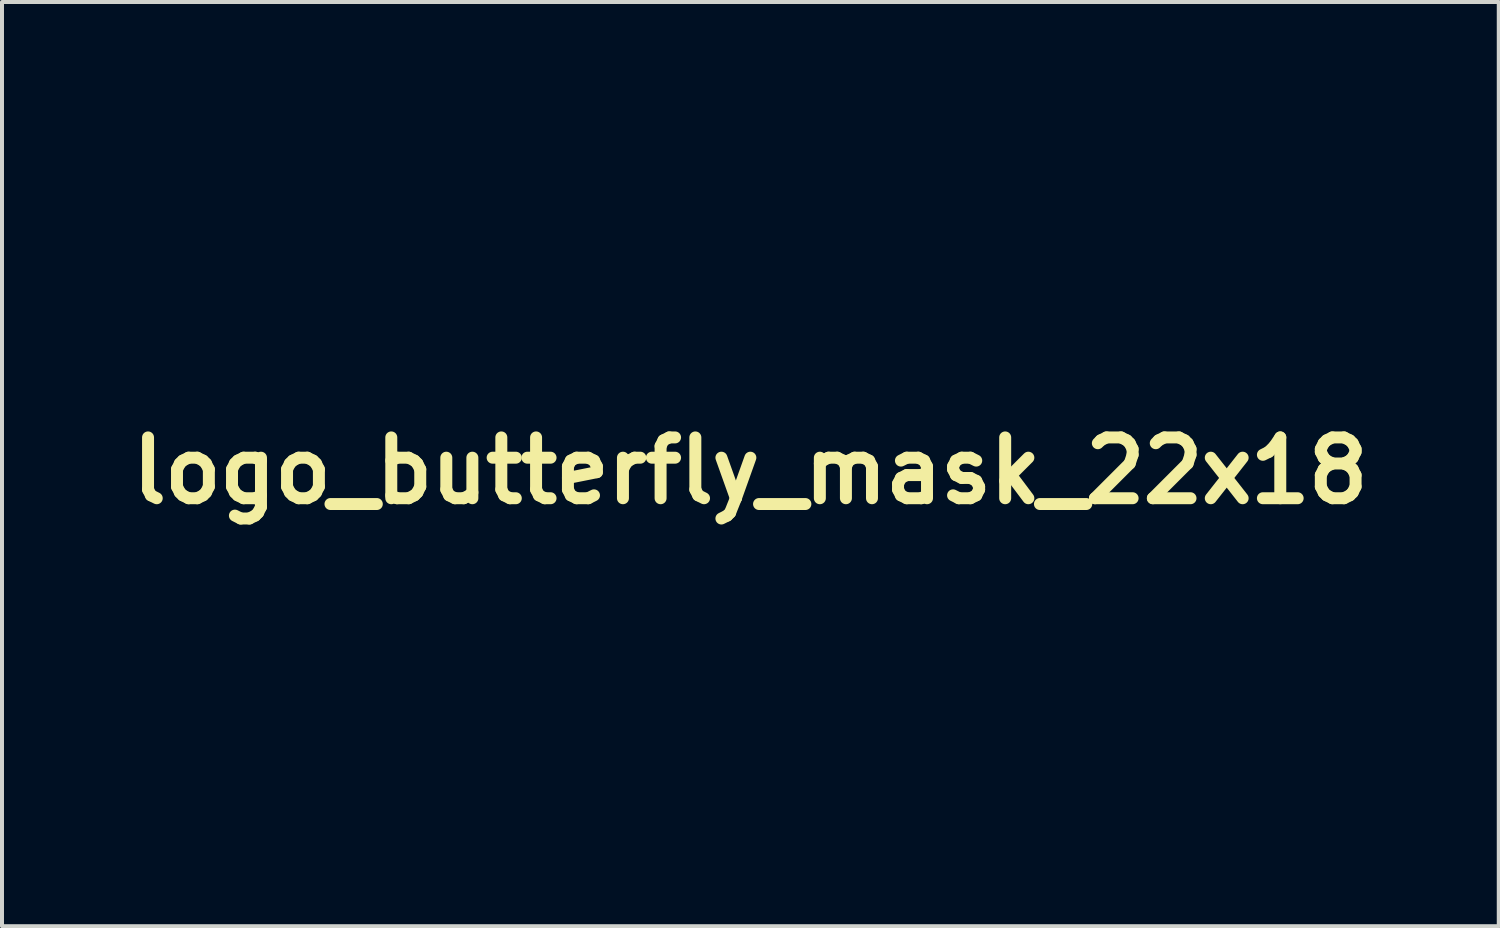
<source format=kicad_pcb>
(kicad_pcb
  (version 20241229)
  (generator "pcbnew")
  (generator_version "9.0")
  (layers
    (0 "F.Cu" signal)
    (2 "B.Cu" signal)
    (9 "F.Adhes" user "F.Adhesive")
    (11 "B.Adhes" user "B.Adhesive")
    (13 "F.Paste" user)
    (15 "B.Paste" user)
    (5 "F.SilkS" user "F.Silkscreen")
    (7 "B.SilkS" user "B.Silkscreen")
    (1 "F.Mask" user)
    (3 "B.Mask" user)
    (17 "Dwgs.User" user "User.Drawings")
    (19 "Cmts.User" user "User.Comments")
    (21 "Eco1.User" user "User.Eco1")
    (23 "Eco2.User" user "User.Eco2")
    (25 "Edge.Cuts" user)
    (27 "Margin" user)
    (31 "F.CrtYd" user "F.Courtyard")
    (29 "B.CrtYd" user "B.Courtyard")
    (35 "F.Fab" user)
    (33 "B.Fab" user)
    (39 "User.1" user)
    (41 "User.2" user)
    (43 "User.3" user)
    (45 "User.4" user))
  (footprint "logo_butterfly_mask_22x18"
    (layer "F.Cu")
    (at 15.755 8.747)
    (property "Reference" "logo_butterfly_mask_22x18" (at 0 0 0) (layer "F.SilkS") (effects (font (size 1.524 1.524) (thickness 0.3))))
    (attr through_hole)
    (fp_poly (pts (xy -3.456 0.988) (xy -3.4 1.006) (xy -3.36 1.03) (xy -3.333 1.064) (xy -3.328 1.101) (xy -3.347 1.136) (xy -3.378 1.159) (xy -3.431 1.175) (xy -3.495 1.18) (xy -3.56 1.173) (xy -3.593 1.164) (xy -3.634 1.142) (xy -3.667 1.111) (xy -3.686 1.078) (xy -3.687 1.055) (xy -3.666 1.022) (xy -3.627 0.999) (xy -3.576 0.985) (xy -3.517 0.981) (xy -3.456 0.988)) (stroke (width 0.01) (type solid)) (fill yes) (layer "F.Mask"))
    (fp_poly (pts (xy 4.86 3.66) (xy 4.894 3.678) (xy 4.913 3.709) (xy 4.915 3.727) (xy 4.904 3.766) (xy 4.873 3.803) (xy 4.83 3.837) (xy 4.778 3.863) (xy 4.723 3.881) (xy 4.672 3.887) (xy 4.629 3.879) (xy 4.606 3.863) (xy 4.587 3.827) (xy 4.592 3.787) (xy 4.618 3.747) (xy 4.661 3.707) (xy 4.712 3.678) (xy 4.765 3.66) (xy 4.816 3.654) (xy 4.86 3.66)) (stroke (width 0.01) (type solid)) (fill yes) (layer "F.Mask"))
    (fp_poly (pts (xy 5.291 -2.868) (xy 5.32 -2.846) (xy 5.328 -2.83) (xy 5.329 -2.79) (xy 5.309 -2.749) (xy 5.274 -2.711) (xy 5.228 -2.679) (xy 5.175 -2.656) (xy 5.122 -2.644) (xy 5.072 -2.645) (xy 5.032 -2.661) (xy 5.008 -2.691) (xy 5.008 -2.728) (xy 5.032 -2.772) (xy 5.05 -2.794) (xy 5.093 -2.831) (xy 5.144 -2.858) (xy 5.198 -2.873) (xy 5.248 -2.877) (xy 5.291 -2.868)) (stroke (width 0.01) (type solid)) (fill yes) (layer "F.Mask"))
    (fp_poly (pts (xy 6.861 -7.437) (xy 6.893 -7.422) (xy 6.917 -7.394) (xy 6.92 -7.361) (xy 6.905 -7.326) (xy 6.876 -7.291) (xy 6.836 -7.259) (xy 6.789 -7.233) (xy 6.737 -7.216) (xy 6.684 -7.211) (xy 6.645 -7.216) (xy 6.61 -7.236) (xy 6.595 -7.268) (xy 6.602 -7.31) (xy 6.609 -7.326) (xy 6.644 -7.37) (xy 6.693 -7.406) (xy 6.749 -7.431) (xy 6.808 -7.442) (xy 6.861 -7.437)) (stroke (width 0.01) (type solid)) (fill yes) (layer "F.Mask"))
    (fp_poly (pts (xy 7.158 -5.987) (xy 7.196 -5.972) (xy 7.219 -5.943) (xy 7.222 -5.934) (xy 7.22 -5.895) (xy 7.198 -5.855) (xy 7.16 -5.818) (xy 7.112 -5.788) (xy 7.059 -5.765) (xy 7.006 -5.754) (xy 6.957 -5.757) (xy 6.925 -5.772) (xy 6.899 -5.802) (xy 6.899 -5.838) (xy 6.922 -5.881) (xy 6.951 -5.912) (xy 7.001 -5.95) (xy 7.056 -5.976) (xy 7.109 -5.988) (xy 7.158 -5.987)) (stroke (width 0.01) (type solid)) (fill yes) (layer "F.Mask"))
    (fp_poly (pts (xy 8.037 0.579) (xy 8.07 0.599) (xy 8.088 0.632) (xy 8.09 0.65) (xy 8.078 0.692) (xy 8.047 0.731) (xy 8.001 0.765) (xy 7.946 0.791) (xy 7.889 0.807) (xy 7.834 0.808) (xy 7.802 0.8) (xy 7.773 0.778) (xy 7.764 0.745) (xy 7.774 0.705) (xy 7.803 0.663) (xy 7.829 0.639) (xy 7.884 0.603) (xy 7.939 0.581) (xy 7.992 0.573) (xy 8.037 0.579)) (stroke (width 0.01) (type solid)) (fill yes) (layer "F.Mask"))
    (fp_poly (pts (xy 8.224 2.81) (xy 8.263 2.825) (xy 8.287 2.852) (xy 8.293 2.882) (xy 8.281 2.922) (xy 8.25 2.962) (xy 8.204 2.996) (xy 8.151 3.023) (xy 8.094 3.039) (xy 8.04 3.041) (xy 8.011 3.034) (xy 7.978 3.011) (xy 7.967 2.978) (xy 7.977 2.939) (xy 8.008 2.895) (xy 8.022 2.88) (xy 8.071 2.844) (xy 8.124 2.82) (xy 8.177 2.809) (xy 8.224 2.81)) (stroke (width 0.01) (type solid)) (fill yes) (layer "F.Mask"))
    (fp_poly (pts (xy 8.619 1.633) (xy 8.653 1.654) (xy 8.668 1.684) (xy 8.664 1.72) (xy 8.641 1.758) (xy 8.6 1.796) (xy 8.558 1.821) (xy 8.506 1.841) (xy 8.452 1.852) (xy 8.404 1.854) (xy 8.368 1.845) (xy 8.359 1.839) (xy 8.344 1.807) (xy 8.347 1.767) (xy 8.368 1.726) (xy 8.385 1.706) (xy 8.449 1.657) (xy 8.515 1.631) (xy 8.566 1.626) (xy 8.619 1.633)) (stroke (width 0.01) (type solid)) (fill yes) (layer "F.Mask"))
    (fp_poly (pts (xy -5.564 1.023) (xy -5.508 1.039) (xy -5.465 1.064) (xy -5.437 1.093) (xy -5.426 1.125) (xy -5.435 1.158) (xy -5.465 1.187) (xy -5.504 1.202) (xy -5.557 1.211) (xy -5.613 1.212) (xy -5.652 1.208) (xy -5.706 1.191) (xy -5.75 1.168) (xy -5.779 1.142) (xy -5.785 1.13) (xy -5.787 1.088) (xy -5.768 1.055) (xy -5.727 1.031) (xy -5.668 1.018) (xy -5.63 1.016) (xy -5.564 1.023)) (stroke (width 0.01) (type solid)) (fill yes) (layer "F.Mask"))
    (fp_poly (pts (xy -0.925 5.26) (xy -0.87 5.275) (xy -0.823 5.298) (xy -0.788 5.328) (xy -0.771 5.363) (xy -0.772 5.388) (xy -0.789 5.414) (xy -0.826 5.435) (xy -0.877 5.448) (xy -0.934 5.454) (xy -0.993 5.449) (xy -1 5.448) (xy -1.059 5.429) (xy -1.102 5.402) (xy -1.126 5.37) (xy -1.131 5.336) (xy -1.114 5.303) (xy -1.089 5.283) (xy -1.039 5.263) (xy -0.983 5.255) (xy -0.925 5.26)) (stroke (width 0.01) (type solid)) (fill yes) (layer "F.Mask"))
    (fp_poly (pts (xy 1.356 4.841) (xy 1.411 4.866) (xy 1.451 4.902) (xy 1.454 4.907) (xy 1.466 4.941) (xy 1.456 4.972) (xy 1.428 4.998) (xy 1.387 5.017) (xy 1.335 5.027) (xy 1.278 5.027) (xy 1.218 5.016) (xy 1.202 5.011) (xy 1.149 4.985) (xy 1.116 4.953) (xy 1.104 4.918) (xy 1.115 4.883) (xy 1.126 4.87) (xy 1.171 4.842) (xy 1.228 4.828) (xy 1.292 4.828) (xy 1.356 4.841)) (stroke (width 0.01) (type solid)) (fill yes) (layer "F.Mask"))
    (fp_poly (pts (xy 5.746 -4.405) (xy 5.778 -4.387) (xy 5.791 -4.354) (xy 5.791 -4.344) (xy 5.779 -4.298) (xy 5.744 -4.255) (xy 5.689 -4.217) (xy 5.672 -4.209) (xy 5.605 -4.185) (xy 5.547 -4.179) (xy 5.502 -4.192) (xy 5.486 -4.204) (xy 5.466 -4.23) (xy 5.464 -4.256) (xy 5.479 -4.289) (xy 5.49 -4.306) (xy 5.531 -4.349) (xy 5.589 -4.384) (xy 5.653 -4.405) (xy 5.694 -4.41) (xy 5.746 -4.405)) (stroke (width 0.01) (type solid)) (fill yes) (layer "F.Mask"))
    (fp_poly (pts (xy 6.711 3.637) (xy 6.718 3.642) (xy 6.738 3.671) (xy 6.738 3.706) (xy 6.72 3.742) (xy 6.688 3.778) (xy 6.647 3.809) (xy 6.598 3.835) (xy 6.546 3.851) (xy 6.494 3.854) (xy 6.471 3.851) (xy 6.433 3.834) (xy 6.415 3.804) (xy 6.413 3.784) (xy 6.425 3.74) (xy 6.457 3.698) (xy 6.502 3.663) (xy 6.556 3.637) (xy 6.613 3.622) (xy 6.666 3.621) (xy 6.711 3.637)) (stroke (width 0.01) (type solid)) (fill yes) (layer "F.Mask"))
    (fp_poly (pts (xy -8.652 -2.269) (xy -8.593 -2.253) (xy -8.545 -2.228) (xy -8.514 -2.195) (xy -8.511 -2.19) (xy -8.504 -2.15) (xy -8.522 -2.114) (xy -8.545 -2.097) (xy -8.582 -2.085) (xy -8.633 -2.078) (xy -8.688 -2.077) (xy -8.737 -2.082) (xy -8.742 -2.084) (xy -8.8 -2.105) (xy -8.841 -2.134) (xy -8.863 -2.167) (xy -8.864 -2.201) (xy -8.843 -2.233) (xy -8.823 -2.248) (xy -8.773 -2.267) (xy -8.714 -2.274) (xy -8.652 -2.269)) (stroke (width 0.01) (type solid)) (fill yes) (layer "F.Mask"))
    (fp_poly (pts (xy -6.943 -1.401) (xy -6.923 -1.397) (xy -6.865 -1.376) (xy -6.823 -1.347) (xy -6.8 -1.313) (xy -6.797 -1.277) (xy -6.816 -1.242) (xy -6.821 -1.237) (xy -6.855 -1.22) (xy -6.905 -1.21) (xy -6.963 -1.208) (xy -7.022 -1.213) (xy -7.073 -1.226) (xy -7.082 -1.23) (xy -7.131 -1.261) (xy -7.155 -1.294) (xy -7.155 -1.33) (xy -7.15 -1.34) (xy -7.119 -1.373) (xy -7.07 -1.396) (xy -7.009 -1.405) (xy -6.943 -1.401)) (stroke (width 0.01) (type solid)) (fill yes) (layer "F.Mask"))
    (fp_poly (pts (xy -2.12 4.071) (xy -2.05 4.09) (xy -2.016 4.106) (xy -1.975 4.138) (xy -1.958 4.174) (xy -1.963 4.21) (xy -1.992 4.241) (xy -2.008 4.251) (xy -2.05 4.263) (xy -2.105 4.267) (xy -2.166 4.262) (xy -2.222 4.251) (xy -2.245 4.242) (xy -2.283 4.219) (xy -2.309 4.192) (xy -2.313 4.185) (xy -2.321 4.16) (xy -2.314 4.139) (xy -2.298 4.121) (xy -2.25 4.087) (xy -2.189 4.071) (xy -2.12 4.071)) (stroke (width 0.01) (type solid)) (fill yes) (layer "F.Mask"))
    (fp_poly (pts (xy 1.405 5.587) (xy 1.46 5.598) (xy 1.508 5.619) (xy 1.544 5.647) (xy 1.561 5.683) (xy 1.562 5.695) (xy 1.55 5.73) (xy 1.518 5.757) (xy 1.47 5.775) (xy 1.409 5.782) (xy 1.353 5.778) (xy 1.295 5.763) (xy 1.246 5.74) (xy 1.212 5.71) (xy 1.206 5.701) (xy 1.199 5.675) (xy 1.21 5.647) (xy 1.213 5.644) (xy 1.246 5.612) (xy 1.292 5.593) (xy 1.347 5.585) (xy 1.405 5.587)) (stroke (width 0.01) (type solid)) (fill yes) (layer "F.Mask"))
    (fp_poly (pts (xy 7.449 -4.627) (xy 7.481 -4.602) (xy 7.493 -4.561) (xy 7.493 -4.557) (xy 7.481 -4.519) (xy 7.45 -4.482) (xy 7.405 -4.448) (xy 7.351 -4.421) (xy 7.295 -4.405) (xy 7.241 -4.402) (xy 7.231 -4.403) (xy 7.201 -4.417) (xy 7.183 -4.432) (xy 7.168 -4.464) (xy 7.174 -4.5) (xy 7.198 -4.538) (xy 7.234 -4.574) (xy 7.281 -4.604) (xy 7.335 -4.626) (xy 7.391 -4.635) (xy 7.399 -4.635) (xy 7.449 -4.627)) (stroke (width 0.01) (type solid)) (fill yes) (layer "F.Mask"))
    (fp_poly (pts (xy 7.628 -3.201) (xy 7.645 -3.188) (xy 7.665 -3.162) (xy 7.668 -3.137) (xy 7.654 -3.104) (xy 7.647 -3.091) (xy 7.616 -3.057) (xy 7.571 -3.027) (xy 7.518 -3.004) (xy 7.463 -2.988) (xy 7.412 -2.983) (xy 7.372 -2.989) (xy 7.356 -3) (xy 7.342 -3.03) (xy 7.345 -3.071) (xy 7.366 -3.113) (xy 7.375 -3.125) (xy 7.419 -3.164) (xy 7.473 -3.193) (xy 7.529 -3.21) (xy 7.583 -3.213) (xy 7.628 -3.201)) (stroke (width 0.01) (type solid)) (fill yes) (layer "F.Mask"))
    (fp_poly (pts (xy 0.675 6.083) (xy 0.724 6.1) (xy 0.765 6.124) (xy 0.794 6.153) (xy 0.808 6.184) (xy 0.804 6.215) (xy 0.78 6.244) (xy 0.762 6.255) (xy 0.724 6.266) (xy 0.671 6.272) (xy 0.613 6.272) (xy 0.56 6.265) (xy 0.541 6.261) (xy 0.499 6.241) (xy 0.466 6.211) (xy 0.446 6.178) (xy 0.445 6.166) (xy 0.456 6.13) (xy 0.492 6.103) (xy 0.552 6.083) (xy 0.56 6.082) (xy 0.619 6.076) (xy 0.675 6.083)) (stroke (width 0.01) (type solid)) (fill yes) (layer "F.Mask"))
    (fp_poly (pts (xy 6.02 -5.71) (xy 6.053 -5.696) (xy 6.069 -5.668) (xy 6.071 -5.647) (xy 6.059 -5.603) (xy 6.026 -5.562) (xy 5.979 -5.526) (xy 5.921 -5.5) (xy 5.857 -5.487) (xy 5.836 -5.486) (xy 5.797 -5.489) (xy 5.773 -5.5) (xy 5.759 -5.517) (xy 5.747 -5.54) (xy 5.746 -5.56) (xy 5.758 -5.589) (xy 5.76 -5.594) (xy 5.793 -5.638) (xy 5.842 -5.675) (xy 5.9 -5.703) (xy 5.959 -5.715) (xy 5.967 -5.715) (xy 6.02 -5.71)) (stroke (width 0.01) (type solid)) (fill yes) (layer "F.Mask"))
    (fp_poly (pts (xy -7.871 -1.349) (xy -7.814 -1.332) (xy -7.783 -1.316) (xy -7.745 -1.282) (xy -7.731 -1.248) (xy -7.741 -1.212) (xy -7.752 -1.198) (xy -7.771 -1.179) (xy -7.793 -1.168) (xy -7.826 -1.162) (xy -7.869 -1.16) (xy -7.92 -1.16) (xy -7.965 -1.163) (xy -7.993 -1.168) (xy -8.036 -1.189) (xy -8.07 -1.22) (xy -8.088 -1.253) (xy -8.09 -1.265) (xy -8.078 -1.296) (xy -8.049 -1.325) (xy -8.007 -1.347) (xy -7.987 -1.353) (xy -7.933 -1.357) (xy -7.871 -1.349)) (stroke (width 0.01) (type solid)) (fill yes) (layer "F.Mask"))
    (fp_poly (pts (xy -5.421 -0.231) (xy -5.42 -0.23) (xy -5.357 -0.209) (xy -5.312 -0.181) (xy -5.287 -0.148) (xy -5.283 -0.112) (xy -5.301 -0.077) (xy -5.31 -0.069) (xy -5.339 -0.055) (xy -5.384 -0.045) (xy -5.439 -0.041) (xy -5.493 -0.042) (xy -5.539 -0.05) (xy -5.544 -0.051) (xy -5.595 -0.076) (xy -5.63 -0.111) (xy -5.637 -0.124) (xy -5.645 -0.145) (xy -5.639 -0.164) (xy -5.617 -0.189) (xy -5.616 -0.19) (xy -5.564 -0.225) (xy -5.498 -0.238) (xy -5.421 -0.231)) (stroke (width 0.01) (type solid)) (fill yes) (layer "F.Mask"))
    (fp_poly (pts (xy -6.594 -0.244) (xy -6.544 -0.228) (xy -6.502 -0.203) (xy -6.475 -0.173) (xy -6.467 -0.136) (xy -6.469 -0.123) (xy -6.485 -0.095) (xy -6.504 -0.078) (xy -6.539 -0.065) (xy -6.589 -0.058) (xy -6.646 -0.056) (xy -6.698 -0.06) (xy -6.72 -0.065) (xy -6.76 -0.083) (xy -6.798 -0.111) (xy -6.801 -0.115) (xy -6.824 -0.141) (xy -6.83 -0.161) (xy -6.822 -0.184) (xy -6.822 -0.185) (xy -6.795 -0.218) (xy -6.754 -0.24) (xy -6.704 -0.251) (xy -6.649 -0.252) (xy -6.594 -0.244)) (stroke (width 0.01) (type solid)) (fill yes) (layer "F.Mask"))
    (fp_poly (pts (xy -10.416 -3.474) (xy -10.36 -3.469) (xy -10.185 -3.445) (xy -9.996 -3.409) (xy -9.797 -3.364) (xy -9.598 -3.31) (xy -9.403 -3.251) (xy -9.22 -3.187) (xy -9.087 -3.135) (xy -8.958 -3.08) (xy -8.808 -3.015) (xy -8.64 -2.941) (xy -8.454 -2.859) (xy -8.253 -2.769) (xy -8.039 -2.674) (xy -7.814 -2.572) (xy -7.579 -2.466) (xy -7.337 -2.356) (xy -7.309 -2.343) (xy -7.168 -2.279) (xy -7.017 -2.21) (xy -6.863 -2.14) (xy -6.708 -2.07) (xy -6.558 -2.001) (xy -6.417 -1.938) (xy -6.29 -1.88) (xy -6.181 -1.831) (xy -6.176 -1.828) (xy -5.703 -1.615) (xy -5.262 -1.32) (xy -5.134 -1.234) (xy -5.003 -1.146) (xy -4.866 -1.054) (xy -4.722 -0.957) (xy -4.57 -0.854) (xy -4.408 -0.744) (xy -4.235 -0.627) (xy -4.05 -0.501) (xy -3.851 -0.366) (xy -3.638 -0.221) (xy -3.408 -0.064) (xy -3.16 0.105) (xy -2.893 0.287) (xy -2.775 0.368) (xy -2.513 0.547) (xy -2.264 0.717) (xy -2.027 0.879) (xy -1.804 1.031) (xy -1.595 1.173) (xy -1.401 1.305) (xy -1.223 1.426) (xy -1.061 1.536) (xy -0.917 1.634) (xy -0.791 1.719) (xy -0.684 1.791) (xy -0.596 1.85) (xy -0.552 1.879) (xy -0.489 1.922) (xy -0.43 1.962) (xy -0.38 1.997) (xy -0.343 2.023) (xy -0.329 2.033) (xy -0.306 2.05) (xy -0.264 2.079) (xy -0.209 2.116) (xy -0.143 2.159) (xy -0.07 2.206) (xy -0.025 2.236) (xy 0.079 2.304) (xy 0.166 2.361) (xy 0.237 2.409) (xy 0.297 2.452) (xy 0.348 2.492) (xy 0.395 2.531) (xy 0.44 2.571) (xy 0.481 2.609) (xy 0.529 2.659) (xy 0.577 2.712) (xy 0.622 2.765) (xy 0.658 2.814) (xy 0.685 2.854) (xy 0.698 2.881) (xy 0.699 2.886) (xy 0.689 2.91) (xy 0.681 2.92) (xy 0.661 2.926) (xy 0.618 2.931) (xy 0.554 2.937) (xy 0.471 2.941) (xy 0.372 2.945) (xy 0.259 2.949) (xy 0.134 2.952) (xy -0.001 2.954) (xy -0.143 2.956) (xy -0.291 2.957) (xy -0.441 2.957) (xy -0.592 2.957) (xy -0.741 2.955) (xy -0.887 2.953) (xy -1.026 2.95) (xy -1.158 2.946) (xy -1.175 2.945) (xy -1.366 2.938) (xy -1.578 2.928) (xy -1.809 2.916) (xy -2.054 2.903) (xy -2.311 2.888) (xy -2.575 2.871) (xy -2.843 2.854) (xy -3.112 2.835) (xy -3.378 2.816) (xy -3.499 2.807) (xy -3.567 2.802) (xy -3.652 2.797) (xy -3.747 2.791) (xy -3.844 2.785) (xy -3.918 2.781) (xy -4.053 2.774) (xy -4.166 2.767) (xy -4.261 2.758) (xy -4.344 2.747) (xy -4.416 2.734) (xy -4.483 2.716) (xy -4.549 2.694) (xy -4.617 2.666) (xy -4.691 2.632) (xy -4.776 2.59) (xy -4.78 2.589) (xy -4.951 2.499) (xy -5.104 2.41) (xy -5.247 2.317) (xy -5.386 2.214) (xy -5.529 2.098) (xy -5.61 2.028) (xy -5.707 1.938) (xy -5.817 1.833) (xy -5.936 1.714) (xy -6.06 1.586) (xy -6.186 1.452) (xy -6.311 1.316) (xy -6.432 1.18) (xy -6.503 1.099) (xy -6.654 0.924) (xy -6.818 0.739) (xy -6.995 0.542) (xy -7.143 0.381) (xy -7.216 0.303) (xy -7.305 0.209) (xy -7.41 0.1) (xy -7.528 -0.02) (xy -7.658 -0.152) (xy -7.798 -0.293) (xy -7.946 -0.441) (xy -8.101 -0.596) (xy -8.26 -0.754) (xy -8.423 -0.915) (xy -8.588 -1.077) (xy -8.752 -1.238) (xy -8.915 -1.396) (xy -9.074 -1.55) (xy -9.228 -1.699) (xy -9.354 -1.819) (xy -9.525 -1.983) (xy -9.679 -2.13) (xy -9.748 -2.196) (xy -9.08 -2.196) (xy -9.069 -2.148) (xy -9.035 -2.101) (xy -8.983 -2.056) (xy -8.918 -2.017) (xy -8.841 -1.987) (xy -8.8 -1.976) (xy -8.678 -1.958) (xy -8.56 -1.962) (xy -8.483 -1.977) (xy -8.396 -1.998) (xy -7.868 -1.713) (xy -7.744 -1.647) (xy -7.642 -1.591) (xy -7.558 -1.546) (xy -7.491 -1.508) (xy -7.439 -1.479) (xy -7.401 -1.456) (xy -7.375 -1.438) (xy -7.358 -1.425) (xy -7.349 -1.415) (xy -7.347 -1.407) (xy -7.347 -1.404) (xy -7.356 -1.371) (xy -7.362 -1.345) (xy -7.368 -1.326) (xy -7.38 -1.315) (xy -7.406 -1.309) (xy -7.446 -1.304) (xy -7.488 -1.301) (xy -7.516 -1.304) (xy -7.54 -1.315) (xy -7.569 -1.339) (xy -7.585 -1.353) (xy -7.657 -1.405) (xy -7.739 -1.441) (xy -7.836 -1.461) (xy -7.944 -1.467) (xy -8.037 -1.464) (xy -8.11 -1.453) (xy -8.169 -1.434) (xy -8.219 -1.405) (xy -8.251 -1.378) (xy -8.284 -1.342) (xy -8.301 -1.313) (xy -8.306 -1.283) (xy -8.306 -1.282) (xy -8.293 -1.227) (xy -8.258 -1.175) (xy -8.201 -1.128) (xy -8.126 -1.088) (xy -8.066 -1.066) (xy -7.991 -1.05) (xy -7.904 -1.042) (xy -7.814 -1.042) (xy -7.732 -1.051) (xy -7.683 -1.063) (xy -7.638 -1.083) (xy -7.593 -1.111) (xy -7.554 -1.143) (xy -7.528 -1.174) (xy -7.518 -1.197) (xy -7.512 -1.209) (xy -7.49 -1.217) (xy -7.448 -1.224) (xy -7.431 -1.225) (xy -7.384 -1.229) (xy -7.353 -1.228) (xy -7.329 -1.22) (xy -7.301 -1.202) (xy -7.285 -1.189) (xy -7.206 -1.143) (xy -7.109 -1.11) (xy -6.999 -1.09) (xy -6.944 -1.087) (xy -6.834 -1.083) (xy -6.316 -0.698) (xy -6.215 -0.623) (xy -6.119 -0.552) (xy -6.032 -0.488) (xy -5.955 -0.43) (xy -5.89 -0.382) (xy -5.839 -0.344) (xy -5.804 -0.317) (xy -5.787 -0.304) (xy -5.786 -0.303) (xy -5.786 -0.288) (xy -5.803 -0.264) (xy -5.809 -0.258) (xy -5.834 -0.226) (xy -5.85 -0.192) (xy -5.851 -0.189) (xy -5.856 -0.169) (xy -5.865 -0.16) (xy -5.886 -0.157) (xy -5.924 -0.158) (xy -5.936 -0.159) (xy -5.986 -0.162) (xy -6.049 -0.166) (xy -6.115 -0.17) (xy -6.13 -0.171) (xy -6.247 -0.177) (xy -6.308 -0.238) (xy -6.365 -0.287) (xy -6.426 -0.322) (xy -6.497 -0.345) (xy -6.582 -0.358) (xy -6.687 -0.362) (xy -6.755 -0.361) (xy -6.804 -0.359) (xy -6.842 -0.354) (xy -6.873 -0.345) (xy -6.906 -0.332) (xy -6.906 -0.332) (xy -6.972 -0.292) (xy -7.016 -0.245) (xy -7.036 -0.193) (xy -7.031 -0.139) (xy -7.003 -0.086) (xy -6.95 -0.034) (xy -6.947 -0.031) (xy -6.87 0.011) (xy -6.778 0.042) (xy -6.677 0.059) (xy -6.573 0.063) (xy -6.474 0.051) (xy -6.43 0.04) (xy -6.377 0.02) (xy -6.328 -0.007) (xy -6.289 -0.037) (xy -6.266 -0.065) (xy -6.261 -0.08) (xy -6.249 -0.085) (xy -6.214 -0.087) (xy -6.154 -0.088) (xy -6.07 -0.085) (xy -6.051 -0.085) (xy -5.973 -0.081) (xy -5.917 -0.078) (xy -5.877 -0.075) (xy -5.849 -0.07) (xy -5.828 -0.063) (xy -5.811 -0.052) (xy -5.794 -0.039) (xy -5.711 0.013) (xy -5.612 0.051) (xy -5.505 0.074) (xy -5.396 0.081) (xy -5.29 0.07) (xy -5.219 0.051) (xy -5.175 0.035) (xy -4.667 0.381) (xy -4.559 0.455) (xy -4.452 0.528) (xy -4.35 0.598) (xy -4.254 0.663) (xy -4.168 0.722) (xy -4.094 0.772) (xy -4.037 0.811) (xy -4.004 0.834) (xy -3.849 0.94) (xy -3.874 0.981) (xy -3.89 1.014) (xy -3.899 1.042) (xy -3.899 1.045) (xy -3.9 1.05) (xy -3.905 1.054) (xy -3.916 1.057) (xy -3.934 1.06) (xy -3.963 1.062) (xy -4.003 1.064) (xy -4.057 1.065) (xy -4.127 1.066) (xy -4.215 1.066) (xy -4.323 1.067) (xy -4.452 1.067) (xy -4.561 1.067) (xy -5.222 1.067) (xy -5.279 1.016) (xy -5.357 0.964) (xy -5.45 0.925) (xy -5.553 0.902) (xy -5.659 0.895) (xy -5.763 0.905) (xy -5.86 0.931) (xy -5.894 0.947) (xy -5.952 0.986) (xy -5.988 1.031) (xy -6.001 1.079) (xy -5.994 1.129) (xy -5.968 1.178) (xy -5.923 1.224) (xy -5.862 1.265) (xy -5.784 1.297) (xy -5.697 1.32) (xy -5.603 1.33) (xy -5.512 1.329) (xy -5.426 1.316) (xy -5.351 1.293) (xy -5.289 1.262) (xy -5.245 1.223) (xy -5.228 1.193) (xy -5.214 1.156) (xy -3.858 1.156) (xy -3.816 1.192) (xy -3.753 1.234) (xy -3.672 1.265) (xy -3.58 1.286) (xy -3.483 1.295) (xy -3.386 1.292) (xy -3.297 1.276) (xy -3.28 1.271) (xy -3.194 1.244) (xy -1.937 1.77) (xy -1.767 1.841) (xy -1.604 1.909) (xy -1.449 1.974) (xy -1.304 2.035) (xy -1.17 2.091) (xy -1.049 2.142) (xy -0.941 2.186) (xy -0.85 2.224) (xy -0.776 2.255) (xy -0.721 2.278) (xy -0.686 2.292) (xy -0.673 2.298) (xy -0.673 2.298) (xy -0.664 2.288) (xy -0.653 2.263) (xy -0.652 2.262) (xy -0.638 2.225) (xy -1.834 1.726) (xy -2.038 1.641) (xy -2.219 1.565) (xy -2.38 1.498) (xy -2.522 1.439) (xy -2.644 1.388) (xy -2.75 1.343) (xy -2.84 1.306) (xy -2.915 1.274) (xy -2.976 1.248) (xy -3.026 1.227) (xy -3.064 1.21) (xy -3.093 1.197) (xy -3.114 1.187) (xy -3.127 1.18) (xy -3.134 1.175) (xy -3.137 1.172) (xy -3.136 1.17) (xy -3.133 1.168) (xy -3.13 1.167) (xy -3.126 1.165) (xy -3.126 1.165) (xy -3.116 1.143) (xy -3.112 1.109) (xy -3.111 1.102) (xy -3.117 1.065) (xy -3.135 1.031) (xy -3.157 1.004) (xy -3.223 0.949) (xy -3.307 0.906) (xy -3.405 0.878) (xy -3.511 0.864) (xy -3.623 0.867) (xy -3.698 0.878) (xy -3.768 0.892) (xy -4.435 0.437) (xy -4.57 0.345) (xy -4.686 0.266) (xy -4.783 0.199) (xy -4.864 0.143) (xy -4.929 0.097) (xy -4.981 0.06) (xy -5.021 0.031) (xy -5.05 0.008) (xy -5.069 -0.009) (xy -5.081 -0.021) (xy -5.087 -0.031) (xy -5.088 -0.037) (xy -5.085 -0.043) (xy -5.085 -0.044) (xy -5.069 -0.088) (xy -5.073 -0.138) (xy -5.096 -0.19) (xy -5.136 -0.238) (xy -5.167 -0.263) (xy -5.244 -0.303) (xy -5.336 -0.332) (xy -5.436 -0.35) (xy -5.536 -0.354) (xy -5.626 -0.345) (xy -5.648 -0.339) (xy -5.683 -0.331) (xy -5.705 -0.329) (xy -5.708 -0.331) (xy -5.717 -0.34) (xy -5.744 -0.363) (xy -5.788 -0.398) (xy -5.847 -0.444) (xy -5.918 -0.498) (xy -6 -0.561) (xy -6.092 -0.629) (xy -6.19 -0.703) (xy -6.21 -0.718) (xy -6.31 -0.792) (xy -6.404 -0.862) (xy -6.49 -0.926) (xy -6.565 -0.983) (xy -6.628 -1.03) (xy -6.677 -1.068) (xy -6.71 -1.093) (xy -6.725 -1.105) (xy -6.725 -1.106) (xy -6.719 -1.117) (xy -6.696 -1.133) (xy -6.688 -1.137) (xy -6.632 -1.174) (xy -6.596 -1.22) (xy -6.581 -1.272) (xy -6.59 -1.327) (xy -6.607 -1.359) (xy -6.654 -1.409) (xy -6.721 -1.452) (xy -6.802 -1.485) (xy -6.892 -1.509) (xy -6.985 -1.522) (xy -7.076 -1.522) (xy -7.161 -1.509) (xy -7.206 -1.494) (xy -7.255 -1.473) (xy -7.792 -1.762) (xy -7.915 -1.829) (xy -8.018 -1.884) (xy -8.102 -1.93) (xy -8.169 -1.967) (xy -8.221 -1.996) (xy -8.26 -2.019) (xy -8.287 -2.036) (xy -8.304 -2.049) (xy -8.313 -2.059) (xy -8.316 -2.067) (xy -8.315 -2.074) (xy -8.311 -2.079) (xy -8.299 -2.11) (xy -8.293 -2.151) (xy -8.293 -2.159) (xy -8.296 -2.192) (xy -8.308 -2.219) (xy -8.332 -2.249) (xy -8.348 -2.266) (xy -8.408 -2.313) (xy -8.479 -2.348) (xy -8.558 -2.373) (xy -8.643 -2.388) (xy -8.728 -2.392) (xy -8.811 -2.386) (xy -8.889 -2.371) (xy -8.958 -2.347) (xy -9.015 -2.314) (xy -9.056 -2.272) (xy -9.078 -2.222) (xy -9.08 -2.196) (xy -9.748 -2.196) (xy -9.817 -2.262) (xy -9.94 -2.38) (xy -10.048 -2.484) (xy -10.143 -2.577) (xy -10.226 -2.659) (xy -10.298 -2.731) (xy -10.359 -2.794) (xy -10.412 -2.85) (xy -10.457 -2.899) (xy -10.495 -2.943) (xy -10.526 -2.983) (xy -10.553 -3.02) (xy -10.576 -3.055) (xy -10.597 -3.089) (xy -10.615 -3.123) (xy -10.633 -3.158) (xy -10.651 -3.196) (xy -10.657 -3.207) (xy -10.688 -3.276) (xy -10.706 -3.327) (xy -10.712 -3.364) (xy -10.706 -3.392) (xy -10.687 -3.414) (xy -10.662 -3.431) (xy -10.61 -3.456) (xy -10.556 -3.471) (xy -10.493 -3.477) (xy -10.416 -3.474)) (stroke (width 0.01) (type solid)) (fill yes) (layer "F.Mask"))
    (fp_poly (pts (xy -4.064 3.246) (xy -3.887 3.26) (xy -3.701 3.276) (xy -3.511 3.293) (xy -3.323 3.311) (xy -3.142 3.329) (xy -2.972 3.347) (xy -2.818 3.365) (xy -2.711 3.378) (xy -2.606 3.391) (xy -2.504 3.403) (xy -2.403 3.414) (xy -2.302 3.423) (xy -2.199 3.431) (xy -2.091 3.439) (xy -1.977 3.446) (xy -1.855 3.451) (xy -1.723 3.456) (xy -1.579 3.461) (xy -1.421 3.465) (xy -1.247 3.468) (xy -1.056 3.471) (xy -0.845 3.474) (xy -0.612 3.477) (xy -0.368 3.479) (xy -0.167 3.481) (xy 0.011 3.482) (xy 0.166 3.484) (xy 0.301 3.485) (xy 0.417 3.487) (xy 0.515 3.488) (xy 0.598 3.49) (xy 0.666 3.491) (xy 0.722 3.493) (xy 0.767 3.495) (xy 0.803 3.497) (xy 0.831 3.5) (xy 0.852 3.503) (xy 0.869 3.506) (xy 0.883 3.51) (xy 0.896 3.514) (xy 0.906 3.518) (xy 0.932 3.529) (xy 0.957 3.542) (xy 0.982 3.559) (xy 1.011 3.582) (xy 1.044 3.613) (xy 1.084 3.653) (xy 1.133 3.706) (xy 1.191 3.771) (xy 1.262 3.852) (xy 1.347 3.95) (xy 1.374 3.981) (xy 1.485 4.105) (xy 1.586 4.207) (xy 1.678 4.287) (xy 1.759 4.345) (xy 1.766 4.349) (xy 1.884 4.428) (xy 2.011 4.525) (xy 2.141 4.637) (xy 2.272 4.761) (xy 2.399 4.892) (xy 2.519 5.028) (xy 2.628 5.164) (xy 2.64 5.18) (xy 2.713 5.28) (xy 2.728 5.475) (xy 2.732 5.531) (xy 2.736 5.594) (xy 2.74 5.666) (xy 2.744 5.748) (xy 2.749 5.843) (xy 2.753 5.951) (xy 2.758 6.076) (xy 2.763 6.218) (xy 2.769 6.38) (xy 2.776 6.563) (xy 2.783 6.769) (xy 2.784 6.82) (xy 2.789 6.968) (xy 2.793 7.094) (xy 2.796 7.199) (xy 2.798 7.285) (xy 2.799 7.356) (xy 2.799 7.413) (xy 2.798 7.459) (xy 2.795 7.497) (xy 2.792 7.528) (xy 2.787 7.556) (xy 2.781 7.581) (xy 2.776 7.601) (xy 2.752 7.676) (xy 2.717 7.769) (xy 2.672 7.876) (xy 2.619 7.993) (xy 2.579 8.076) (xy 2.554 8.13) (xy 2.533 8.177) (xy 2.519 8.211) (xy 2.515 8.227) (xy 2.506 8.259) (xy 2.484 8.298) (xy 2.455 8.338) (xy 2.424 8.368) (xy 2.409 8.378) (xy 2.347 8.4) (xy 2.27 8.409) (xy 2.191 8.405) (xy 2.148 8.401) (xy 2.09 8.398) (xy 2.028 8.396) (xy 2.013 8.396) (xy 1.831 8.388) (xy 1.629 8.369) (xy 1.411 8.34) (xy 1.18 8.3) (xy 0.937 8.251) (xy 0.687 8.192) (xy 0.666 8.186) (xy 0.487 8.14) (xy 0.333 8.099) (xy 0.202 8.062) (xy 0.095 8.029) (xy 0.012 8.002) (xy -0.046 7.979) (xy -0.075 7.964) (xy -0.097 7.948) (xy -0.125 7.927) (xy -0.159 7.899) (xy -0.202 7.862) (xy -0.255 7.814) (xy -0.319 7.755) (xy -0.398 7.682) (xy -0.492 7.595) (xy -0.577 7.516) (xy -0.657 7.441) (xy -0.734 7.372) (xy -0.809 7.308) (xy -0.886 7.246) (xy -0.966 7.183) (xy -1.054 7.118) (xy -1.152 7.048) (xy -1.262 6.972) (xy -1.388 6.887) (xy -1.532 6.791) (xy -1.549 6.78) (xy -1.649 6.714) (xy -1.735 6.656) (xy -1.811 6.603) (xy -1.88 6.553) (xy -1.945 6.502) (xy -2.011 6.449) (xy -2.079 6.389) (xy -2.154 6.322) (xy -2.24 6.243) (xy -2.338 6.151) (xy -2.387 6.104) (xy -2.449 6.045) (xy -2.523 5.971) (xy -2.607 5.886) (xy -2.7 5.79) (xy -2.8 5.686) (xy -2.904 5.577) (xy -3.012 5.463) (xy -3.12 5.348) (xy -3.227 5.233) (xy -3.332 5.12) (xy -3.432 5.011) (xy -3.525 4.909) (xy -3.609 4.815) (xy -3.683 4.731) (xy -3.745 4.66) (xy -3.792 4.603) (xy -3.819 4.569) (xy -3.876 4.485) (xy -3.932 4.39) (xy -3.988 4.279) (xy -4.044 4.151) (xy -4.074 4.077) (xy -3.848 4.077) (xy -3.844 4.104) (xy -3.83 4.114) (xy -3.822 4.115) (xy -3.804 4.116) (xy -3.764 4.118) (xy -3.703 4.122) (xy -3.625 4.128) (xy -3.531 4.134) (xy -3.425 4.141) (xy -3.308 4.15) (xy -3.184 4.158) (xy -3.161 4.16) (xy -2.526 4.205) (xy -2.472 4.26) (xy -2.41 4.307) (xy -2.33 4.345) (xy -2.239 4.373) (xy -2.143 4.389) (xy -2.049 4.39) (xy -2.032 4.388) (xy -1.962 4.381) (xy -1.579 4.773) (xy -1.196 5.164) (xy -1.239 5.187) (xy -1.294 5.226) (xy -1.328 5.272) (xy -1.344 5.322) (xy -1.353 5.378) (xy -1.689 5.47) (xy -1.786 5.496) (xy -1.881 5.522) (xy -1.971 5.547) (xy -2.05 5.568) (xy -2.113 5.585) (xy -2.15 5.596) (xy -2.207 5.611) (xy -2.242 5.623) (xy -2.262 5.632) (xy -2.269 5.643) (xy -2.269 5.656) (xy -2.267 5.663) (xy -2.259 5.689) (xy -2.254 5.7) (xy -2.241 5.698) (xy -2.207 5.69) (xy -2.153 5.676) (xy -2.083 5.658) (xy -1.999 5.635) (xy -1.903 5.61) (xy -1.8 5.582) (xy -1.775 5.575) (xy -1.3 5.446) (xy -1.238 5.486) (xy -1.187 5.513) (xy -1.13 5.538) (xy -1.105 5.547) (xy -1.047 5.559) (xy -0.975 5.566) (xy -0.896 5.568) (xy -0.821 5.565) (xy -0.757 5.557) (xy -0.737 5.552) (xy -0.679 5.536) (xy -0.254 5.76) (xy -0.156 5.812) (xy -0.063 5.861) (xy 0.022 5.906) (xy 0.096 5.945) (xy 0.156 5.978) (xy 0.2 6.001) (xy 0.224 6.014) (xy 0.224 6.015) (xy 0.277 6.045) (xy 0.251 6.093) (xy 0.233 6.14) (xy 0.233 6.176) (xy 0.253 6.217) (xy 0.288 6.261) (xy 0.333 6.301) (xy 0.379 6.33) (xy 0.381 6.331) (xy 0.412 6.347) (xy 0.43 6.361) (xy 0.432 6.365) (xy 0.426 6.378) (xy 0.41 6.412) (xy 0.385 6.463) (xy 0.352 6.531) (xy 0.312 6.613) (xy 0.266 6.706) (xy 0.215 6.808) (xy 0.161 6.917) (xy 0.158 6.923) (xy 0.104 7.032) (xy 0.053 7.134) (xy 0.007 7.227) (xy -0.033 7.308) (xy -0.066 7.376) (xy -0.091 7.427) (xy -0.106 7.46) (xy -0.112 7.473) (xy -0.112 7.473) (xy -0.095 7.484) (xy -0.071 7.496) (xy -0.053 7.505) (xy -0.051 7.505) (xy -0.044 7.494) (xy -0.027 7.463) (xy -0.001 7.413) (xy 0.033 7.347) (xy 0.074 7.266) (xy 0.12 7.174) (xy 0.172 7.072) (xy 0.226 6.963) (xy 0.235 6.946) (xy 0.514 6.386) (xy 0.603 6.393) (xy 0.697 6.395) (xy 0.785 6.385) (xy 0.862 6.364) (xy 0.928 6.334) (xy 0.978 6.296) (xy 1.01 6.252) (xy 1.022 6.204) (xy 1.016 6.166) (xy 0.998 6.133) (xy 0.968 6.095) (xy 0.947 6.074) (xy 0.892 6.026) (xy 1.019 5.935) (xy 1.146 5.844) (xy 1.217 5.87) (xy 1.267 5.883) (xy 1.331 5.892) (xy 1.402 5.898) (xy 1.471 5.899) (xy 1.531 5.896) (xy 1.562 5.891) (xy 1.57 5.89) (xy 1.579 5.893) (xy 1.592 5.9) (xy 1.608 5.915) (xy 1.63 5.937) (xy 1.659 5.969) (xy 1.696 6.012) (xy 1.743 6.067) (xy 1.8 6.137) (xy 1.87 6.222) (xy 1.954 6.324) (xy 2.032 6.419) (xy 2.126 6.536) (xy 2.207 6.634) (xy 2.273 6.715) (xy 2.328 6.781) (xy 2.372 6.834) (xy 2.407 6.874) (xy 2.434 6.903) (xy 2.454 6.923) (xy 2.469 6.936) (xy 2.48 6.941) (xy 2.488 6.942) (xy 2.494 6.94) (xy 2.498 6.938) (xy 2.52 6.921) (xy 2.527 6.91) (xy 2.52 6.899) (xy 2.497 6.87) (xy 2.462 6.825) (xy 2.416 6.768) (xy 2.361 6.699) (xy 2.297 6.621) (xy 2.228 6.536) (xy 2.195 6.495) (xy 2.119 6.403) (xy 2.045 6.311) (xy 1.974 6.225) (xy 1.909 6.145) (xy 1.853 6.076) (xy 1.807 6.02) (xy 1.775 5.98) (xy 1.77 5.974) (xy 1.676 5.858) (xy 1.727 5.807) (xy 1.76 5.769) (xy 1.776 5.736) (xy 1.778 5.716) (xy 1.766 5.655) (xy 1.729 5.599) (xy 1.687 5.562) (xy 1.644 5.537) (xy 1.589 5.513) (xy 1.529 5.492) (xy 1.475 5.478) (xy 1.441 5.474) (xy 1.428 5.472) (xy 1.417 5.464) (xy 1.41 5.446) (xy 1.403 5.416) (xy 1.398 5.369) (xy 1.393 5.301) (xy 1.39 5.263) (xy 1.382 5.147) (xy 1.437 5.138) (xy 1.481 5.128) (xy 1.533 5.11) (xy 1.559 5.099) (xy 1.626 5.068) (xy 2.003 5.252) (xy 2.107 5.303) (xy 2.19 5.343) (xy 2.254 5.373) (xy 2.303 5.396) (xy 2.339 5.41) (xy 2.364 5.419) (xy 2.38 5.422) (xy 2.39 5.42) (xy 2.397 5.415) (xy 2.397 5.415) (xy 2.41 5.39) (xy 2.413 5.378) (xy 2.402 5.369) (xy 2.371 5.351) (xy 2.322 5.324) (xy 2.259 5.291) (xy 2.183 5.252) (xy 2.098 5.21) (xy 2.045 5.184) (xy 1.676 5.004) (xy 1.676 4.956) (xy 1.664 4.896) (xy 1.628 4.842) (xy 1.568 4.794) (xy 1.537 4.777) (xy 1.448 4.741) (xy 1.356 4.72) (xy 1.253 4.713) (xy 1.2 4.714) (xy 1.136 4.718) (xy 1.088 4.726) (xy 1.046 4.739) (xy 1.011 4.755) (xy 0.947 4.795) (xy 0.907 4.841) (xy 0.891 4.891) (xy 0.899 4.945) (xy 0.913 4.974) (xy 0.96 5.028) (xy 1.028 5.075) (xy 1.112 5.111) (xy 1.21 5.136) (xy 1.235 5.141) (xy 1.302 5.15) (xy 1.31 5.233) (xy 1.315 5.291) (xy 1.318 5.353) (xy 1.319 5.387) (xy 1.321 5.459) (xy 1.26 5.468) (xy 1.169 5.488) (xy 1.095 5.519) (xy 1.041 5.558) (xy 1.006 5.604) (xy 0.992 5.654) (xy 1.002 5.708) (xy 1.035 5.764) (xy 1.044 5.774) (xy 1.068 5.801) (xy 0.957 5.881) (xy 0.909 5.915) (xy 0.869 5.945) (xy 0.841 5.968) (xy 0.83 5.978) (xy 0.819 5.986) (xy 0.799 5.988) (xy 0.766 5.983) (xy 0.735 5.976) (xy 0.613 5.958) (xy 0.495 5.964) (xy 0.438 5.976) (xy 0.359 5.996) (xy -0.116 5.745) (xy -0.217 5.692) (xy -0.311 5.642) (xy -0.395 5.598) (xy -0.468 5.559) (xy -0.526 5.528) (xy -0.568 5.506) (xy -0.591 5.494) (xy -0.595 5.492) (xy -0.592 5.48) (xy -0.581 5.454) (xy -0.579 5.45) (xy -0.561 5.393) (xy -0.567 5.338) (xy -0.594 5.286) (xy -0.64 5.24) (xy -0.703 5.2) (xy -0.78 5.169) (xy -0.871 5.148) (xy -0.971 5.139) (xy -0.994 5.138) (xy -1.106 5.138) (xy -1.486 4.755) (xy -1.567 4.673) (xy -1.642 4.597) (xy -1.709 4.528) (xy -1.766 4.469) (xy -1.813 4.42) (xy -1.846 4.385) (xy -1.863 4.365) (xy -1.866 4.36) (xy -1.856 4.347) (xy -1.832 4.326) (xy -1.812 4.311) (xy -1.766 4.266) (xy -1.744 4.218) (xy -1.744 4.167) (xy -1.766 4.117) (xy -1.81 4.07) (xy -1.873 4.026) (xy -1.955 3.989) (xy -1.966 3.985) (xy -2.016 3.971) (xy -2.066 3.962) (xy -2.124 3.957) (xy -2.185 3.956) (xy -2.246 3.957) (xy -2.29 3.959) (xy -2.325 3.965) (xy -2.358 3.977) (xy -2.397 3.995) (xy -2.405 3.999) (xy -2.456 4.027) (xy -2.489 4.052) (xy -2.509 4.08) (xy -2.511 4.084) (xy -2.525 4.109) (xy -2.539 4.121) (xy -2.563 4.123) (xy -2.596 4.121) (xy -2.631 4.118) (xy -2.685 4.113) (xy -2.758 4.108) (xy -2.844 4.101) (xy -2.941 4.094) (xy -3.045 4.087) (xy -3.154 4.079) (xy -3.264 4.072) (xy -3.372 4.065) (xy -3.474 4.058) (xy -3.568 4.052) (xy -3.65 4.046) (xy -3.716 4.042) (xy -3.764 4.04) (xy -3.791 4.039) (xy -3.792 4.039) (xy -3.827 4.04) (xy -3.843 4.047) (xy -3.848 4.064) (xy -3.848 4.077) (xy -4.074 4.077) (xy -4.103 4.003) (xy -4.16 3.849) (xy -4.184 3.783) (xy -4.207 3.722) (xy -4.228 3.672) (xy -4.244 3.638) (xy -4.247 3.633) (xy -4.266 3.588) (xy -4.273 3.531) (xy -4.273 3.512) (xy -4.272 3.471) (xy -4.265 3.437) (xy -4.251 3.401) (xy -4.227 3.355) (xy -4.216 3.337) (xy -4.159 3.238) (xy -4.064 3.246)) (stroke (width 0.01) (type solid)) (fill yes) (layer "F.Mask"))
    (fp_poly (pts (xy 6.837 -8.742) (xy 6.839 -8.742) (xy 6.892 -8.737) (xy 6.961 -8.725) (xy 7.041 -8.709) (xy 7.124 -8.69) (xy 7.203 -8.668) (xy 7.273 -8.647) (xy 7.325 -8.627) (xy 7.334 -8.623) (xy 7.397 -8.582) (xy 7.462 -8.518) (xy 7.53 -8.434) (xy 7.597 -8.332) (xy 7.638 -8.26) (xy 7.674 -8.193) (xy 7.711 -8.126) (xy 7.745 -8.066) (xy 7.772 -8.02) (xy 7.776 -8.014) (xy 7.799 -7.974) (xy 7.815 -7.94) (xy 7.826 -7.904) (xy 7.835 -7.857) (xy 7.843 -7.794) (xy 7.843 -7.791) (xy 7.849 -7.726) (xy 7.856 -7.645) (xy 7.861 -7.557) (xy 7.866 -7.471) (xy 7.867 -7.449) (xy 7.877 -7.203) (xy 7.888 -6.98) (xy 7.9 -6.776) (xy 7.913 -6.589) (xy 7.928 -6.417) (xy 7.945 -6.255) (xy 7.964 -6.102) (xy 7.986 -5.954) (xy 8.011 -5.809) (xy 8.04 -5.664) (xy 8.072 -5.516) (xy 8.109 -5.362) (xy 8.123 -5.302) (xy 8.154 -5.184) (xy 8.193 -5.044) (xy 8.24 -4.886) (xy 8.293 -4.713) (xy 8.352 -4.525) (xy 8.416 -4.328) (xy 8.484 -4.122) (xy 8.555 -3.91) (xy 8.629 -3.696) (xy 8.673 -3.57) (xy 8.733 -3.392) (xy 8.783 -3.233) (xy 8.822 -3.09) (xy 8.852 -2.958) (xy 8.873 -2.835) (xy 8.887 -2.715) (xy 8.893 -2.596) (xy 8.894 -2.534) (xy 8.886 -2.357) (xy 8.861 -2.197) (xy 8.818 -2.05) (xy 8.756 -1.914) (xy 8.673 -1.785) (xy 8.567 -1.659) (xy 8.516 -1.606) (xy 8.452 -1.546) (xy 8.388 -1.491) (xy 8.318 -1.439) (xy 8.239 -1.387) (xy 8.147 -1.332) (xy 8.039 -1.272) (xy 7.948 -1.224) (xy 7.627 -1.053) (xy 7.303 -0.873) (xy 6.976 -0.684) (xy 6.642 -0.485) (xy 6.3 -0.273) (xy 5.949 -0.049) (xy 5.585 0.191) (xy 5.207 0.446) (xy 4.87 0.677) (xy 4.794 0.731) (xy 4.704 0.793) (xy 4.605 0.864) (xy 4.497 0.94) (xy 4.384 1.02) (xy 4.266 1.104) (xy 4.147 1.19) (xy 4.027 1.275) (xy 3.909 1.359) (xy 3.796 1.441) (xy 3.689 1.518) (xy 3.59 1.589) (xy 3.501 1.654) (xy 3.425 1.709) (xy 3.363 1.755) (xy 3.318 1.789) (xy 3.291 1.809) (xy 3.289 1.811) (xy 3.17 1.897) (xy 3.029 1.98) (xy 2.869 2.057) (xy 2.694 2.127) (xy 2.621 2.153) (xy 2.574 2.168) (xy 2.514 2.187) (xy 2.445 2.207) (xy 2.373 2.228) (xy 2.301 2.248) (xy 2.234 2.267) (xy 2.177 2.282) (xy 2.134 2.293) (xy 2.11 2.298) (xy 2.107 2.299) (xy 2.103 2.288) (xy 2.104 2.27) (xy 2.107 2.251) (xy 2.113 2.21) (xy 2.122 2.15) (xy 2.133 2.075) (xy 2.146 1.986) (xy 2.161 1.889) (xy 2.172 1.81) (xy 2.189 1.7) (xy 2.208 1.572) (xy 2.23 1.428) (xy 2.254 1.269) (xy 2.274 1.141) (xy 2.908 1.141) (xy 2.918 1.153) (xy 2.941 1.166) (xy 2.963 1.174) (xy 2.972 1.172) (xy 2.978 1.161) (xy 2.996 1.128) (xy 3.024 1.075) (xy 3.062 1.002) (xy 3.109 0.912) (xy 3.165 0.806) (xy 3.229 0.684) (xy 3.3 0.548) (xy 3.379 0.399) (xy 3.463 0.238) (xy 3.553 0.066) (xy 3.647 -0.115) (xy 3.747 -0.305) (xy 3.849 -0.501) (xy 3.938 -0.671) (xy 4.897 -2.508) (xy 5.005 -2.508) (xy 5.124 -2.52) (xy 5.237 -2.554) (xy 5.339 -2.61) (xy 5.428 -2.684) (xy 5.469 -2.732) (xy 5.522 -2.801) (xy 6.276 -2.881) (xy 6.413 -2.896) (xy 6.544 -2.91) (xy 6.667 -2.923) (xy 6.779 -2.935) (xy 6.877 -2.945) (xy 6.959 -2.954) (xy 7.024 -2.961) (xy 7.067 -2.966) (xy 7.087 -2.968) (xy 7.122 -2.971) (xy 7.141 -2.966) (xy 7.153 -2.949) (xy 7.159 -2.935) (xy 7.182 -2.9) (xy 7.225 -2.872) (xy 7.228 -2.87) (xy 7.304 -2.849) (xy 7.389 -2.847) (xy 7.479 -2.863) (xy 7.568 -2.893) (xy 7.653 -2.937) (xy 7.729 -2.992) (xy 7.792 -3.056) (xy 7.836 -3.127) (xy 7.851 -3.164) (xy 7.856 -3.221) (xy 7.84 -3.27) (xy 7.803 -3.31) (xy 7.749 -3.338) (xy 7.682 -3.352) (xy 7.658 -3.352) (xy 7.55 -3.341) (xy 7.445 -3.31) (xy 7.347 -3.261) (xy 7.261 -3.197) (xy 7.194 -3.122) (xy 7.187 -3.112) (xy 7.149 -3.054) (xy 6.359 -2.969) (xy 6.22 -2.954) (xy 6.087 -2.94) (xy 5.965 -2.927) (xy 5.853 -2.915) (xy 5.756 -2.905) (xy 5.675 -2.896) (xy 5.612 -2.89) (xy 5.569 -2.885) (xy 5.549 -2.884) (xy 5.548 -2.884) (xy 5.529 -2.894) (xy 5.513 -2.919) (xy 5.512 -2.92) (xy 5.487 -2.959) (xy 5.446 -2.988) (xy 5.385 -3.007) (xy 5.361 -3.012) (xy 5.288 -3.024) (xy 5.387 -3.503) (xy 5.409 -3.611) (xy 5.43 -3.711) (xy 5.449 -3.802) (xy 5.465 -3.88) (xy 5.478 -3.942) (xy 5.487 -3.985) (xy 5.492 -4.007) (xy 5.492 -4.008) (xy 5.502 -4.025) (xy 5.524 -4.038) (xy 5.565 -4.048) (xy 5.574 -4.05) (xy 5.685 -4.084) (xy 5.79 -4.14) (xy 5.882 -4.214) (xy 5.902 -4.234) (xy 5.975 -4.314) (xy 6.439 -4.367) (xy 6.546 -4.379) (xy 6.646 -4.391) (xy 6.736 -4.402) (xy 6.813 -4.411) (xy 6.874 -4.419) (xy 6.916 -4.424) (xy 6.936 -4.427) (xy 6.959 -4.429) (xy 6.971 -4.417) (xy 6.978 -4.389) (xy 6.999 -4.339) (xy 7.038 -4.302) (xy 7.093 -4.278) (xy 7.159 -4.267) (xy 7.235 -4.27) (xy 7.316 -4.285) (xy 7.399 -4.314) (xy 7.481 -4.355) (xy 7.531 -4.389) (xy 7.604 -4.453) (xy 7.654 -4.519) (xy 7.68 -4.586) (xy 7.684 -4.623) (xy 7.673 -4.679) (xy 7.644 -4.723) (xy 7.599 -4.753) (xy 7.542 -4.77) (xy 7.474 -4.775) (xy 7.4 -4.767) (xy 7.322 -4.747) (xy 7.243 -4.715) (xy 7.165 -4.67) (xy 7.093 -4.614) (xy 7.067 -4.59) (xy 6.991 -4.513) (xy 6.534 -4.459) (xy 6.427 -4.446) (xy 6.326 -4.435) (xy 6.235 -4.424) (xy 6.156 -4.414) (xy 6.093 -4.406) (xy 6.05 -4.401) (xy 6.029 -4.398) (xy 5.998 -4.395) (xy 5.985 -4.401) (xy 5.982 -4.419) (xy 5.982 -4.422) (xy 5.97 -4.466) (xy 5.937 -4.505) (xy 5.898 -4.529) (xy 5.855 -4.54) (xy 5.797 -4.545) (xy 5.735 -4.546) (xy 5.679 -4.54) (xy 5.654 -4.535) (xy 5.626 -4.528) (xy 5.616 -4.533) (xy 5.618 -4.556) (xy 5.619 -4.563) (xy 5.623 -4.586) (xy 5.629 -4.631) (xy 5.637 -4.693) (xy 5.648 -4.769) (xy 5.659 -4.856) (xy 5.671 -4.947) (xy 5.683 -5.038) (xy 5.694 -5.123) (xy 5.704 -5.196) (xy 5.712 -5.256) (xy 5.718 -5.297) (xy 5.721 -5.316) (xy 5.721 -5.316) (xy 5.728 -5.331) (xy 5.745 -5.341) (xy 5.777 -5.347) (xy 5.809 -5.351) (xy 5.912 -5.371) (xy 6.015 -5.412) (xy 6.11 -5.469) (xy 6.118 -5.475) (xy 6.163 -5.514) (xy 6.204 -5.56) (xy 6.237 -5.606) (xy 6.257 -5.647) (xy 6.261 -5.667) (xy 6.264 -5.681) (xy 6.276 -5.693) (xy 6.299 -5.703) (xy 6.337 -5.714) (xy 6.393 -5.725) (xy 6.471 -5.738) (xy 6.483 -5.74) (xy 6.548 -5.751) (xy 6.605 -5.761) (xy 6.649 -5.769) (xy 6.675 -5.774) (xy 6.677 -5.774) (xy 6.698 -5.775) (xy 6.705 -5.761) (xy 6.706 -5.747) (xy 6.717 -5.707) (xy 6.75 -5.67) (xy 6.798 -5.64) (xy 6.856 -5.62) (xy 6.916 -5.613) (xy 6.967 -5.619) (xy 7.031 -5.633) (xy 7.098 -5.655) (xy 7.16 -5.68) (xy 7.171 -5.685) (xy 7.248 -5.731) (xy 7.313 -5.785) (xy 7.363 -5.844) (xy 7.398 -5.903) (xy 7.415 -5.961) (xy 7.412 -6.015) (xy 7.389 -6.061) (xy 7.381 -6.07) (xy 7.329 -6.105) (xy 7.262 -6.123) (xy 7.182 -6.125) (xy 7.095 -6.111) (xy 7.003 -6.081) (xy 6.965 -6.064) (xy 6.906 -6.031) (xy 6.848 -5.99) (xy 6.797 -5.947) (xy 6.759 -5.906) (xy 6.747 -5.888) (xy 6.739 -5.879) (xy 6.721 -5.87) (xy 6.691 -5.861) (xy 6.646 -5.851) (xy 6.583 -5.839) (xy 6.498 -5.824) (xy 6.491 -5.823) (xy 6.406 -5.809) (xy 6.343 -5.799) (xy 6.298 -5.794) (xy 6.267 -5.792) (xy 6.248 -5.793) (xy 6.237 -5.797) (xy 6.232 -5.802) (xy 6.195 -5.829) (xy 6.139 -5.847) (xy 6.069 -5.855) (xy 6.057 -5.855) (xy 6.014 -5.856) (xy 5.991 -5.859) (xy 5.984 -5.867) (xy 5.985 -5.877) (xy 5.99 -5.892) (xy 6.004 -5.927) (xy 6.025 -5.981) (xy 6.052 -6.051) (xy 6.084 -6.134) (xy 6.12 -6.226) (xy 6.159 -6.327) (xy 6.2 -6.432) (xy 6.242 -6.539) (xy 6.284 -6.646) (xy 6.324 -6.75) (xy 6.362 -6.847) (xy 6.398 -6.937) (xy 6.428 -7.015) (xy 6.435 -7.032) (xy 6.451 -7.04) (xy 6.491 -7.041) (xy 6.508 -7.04) (xy 6.594 -7.041) (xy 6.687 -7.061) (xy 6.783 -7.096) (xy 6.876 -7.143) (xy 6.96 -7.2) (xy 7.03 -7.264) (xy 7.081 -7.331) (xy 7.088 -7.343) (xy 7.109 -7.406) (xy 7.107 -7.464) (xy 7.084 -7.513) (xy 7.041 -7.55) (xy 6.981 -7.574) (xy 6.912 -7.582) (xy 6.824 -7.573) (xy 6.73 -7.547) (xy 6.635 -7.508) (xy 6.544 -7.459) (xy 6.465 -7.402) (xy 6.401 -7.341) (xy 6.374 -7.305) (xy 6.348 -7.253) (xy 6.338 -7.203) (xy 6.337 -7.186) (xy 6.34 -7.149) (xy 6.346 -7.124) (xy 6.35 -7.118) (xy 6.361 -7.1) (xy 6.363 -7.088) (xy 6.359 -7.074) (xy 6.348 -7.041) (xy 6.329 -6.99) (xy 6.303 -6.919) (xy 6.268 -6.828) (xy 6.225 -6.716) (xy 6.174 -6.584) (xy 6.114 -6.43) (xy 6.045 -6.253) (xy 5.966 -6.054) (xy 5.942 -5.991) (xy 5.916 -5.926) (xy 5.897 -5.88) (xy 5.881 -5.85) (xy 5.866 -5.829) (xy 5.849 -5.815) (xy 5.827 -5.803) (xy 5.819 -5.798) (xy 5.732 -5.746) (xy 5.66 -5.689) (xy 5.606 -5.627) (xy 5.571 -5.565) (xy 5.557 -5.504) (xy 5.566 -5.447) (xy 5.568 -5.443) (xy 5.587 -5.41) (xy 5.61 -5.387) (xy 5.612 -5.385) (xy 5.635 -5.36) (xy 5.639 -5.337) (xy 5.637 -5.316) (xy 5.632 -5.273) (xy 5.625 -5.212) (xy 5.615 -5.136) (xy 5.604 -5.049) (xy 5.592 -4.955) (xy 5.588 -4.928) (xy 5.575 -4.832) (xy 5.564 -4.745) (xy 5.554 -4.669) (xy 5.546 -4.607) (xy 5.54 -4.563) (xy 5.537 -4.54) (xy 5.537 -4.537) (xy 5.548 -4.525) (xy 5.566 -4.521) (xy 5.573 -4.516) (xy 5.557 -4.503) (xy 5.519 -4.48) (xy 5.508 -4.475) (xy 5.444 -4.434) (xy 5.384 -4.385) (xy 5.361 -4.362) (xy 5.311 -4.296) (xy 5.283 -4.234) (xy 5.275 -4.176) (xy 5.289 -4.126) (xy 5.324 -4.086) (xy 5.36 -4.066) (xy 5.391 -4.049) (xy 5.408 -4.032) (xy 5.41 -4.027) (xy 5.408 -4.009) (xy 5.401 -3.97) (xy 5.39 -3.913) (xy 5.375 -3.841) (xy 5.359 -3.758) (xy 5.34 -3.667) (xy 5.32 -3.571) (xy 5.3 -3.473) (xy 5.279 -3.377) (xy 5.26 -3.285) (xy 5.242 -3.201) (xy 5.226 -3.129) (xy 5.213 -3.071) (xy 5.203 -3.03) (xy 5.198 -3.01) (xy 5.197 -3.009) (xy 5.181 -3) (xy 5.149 -2.986) (xy 5.114 -2.972) (xy 5.04 -2.936) (xy 4.968 -2.889) (xy 4.905 -2.836) (xy 4.859 -2.784) (xy 4.833 -2.733) (xy 4.818 -2.678) (xy 4.815 -2.627) (xy 4.825 -2.594) (xy 4.825 -2.588) (xy 4.823 -2.578) (xy 4.818 -2.562) (xy 4.809 -2.539) (xy 4.796 -2.509) (xy 4.778 -2.47) (xy 4.754 -2.422) (xy 4.725 -2.363) (xy 4.69 -2.293) (xy 4.648 -2.21) (xy 4.598 -2.113) (xy 4.541 -2.002) (xy 4.476 -1.876) (xy 4.402 -1.732) (xy 4.318 -1.572) (xy 4.225 -1.393) (xy 4.122 -1.194) (xy 4.007 -0.975) (xy 3.882 -0.735) (xy 3.873 -0.719) (xy 3.768 -0.516) (xy 3.665 -0.32) (xy 3.567 -0.131) (xy 3.473 0.05) (xy 3.384 0.221) (xy 3.301 0.381) (xy 3.224 0.529) (xy 3.153 0.664) (xy 3.091 0.785) (xy 3.037 0.89) (xy 2.991 0.978) (xy 2.955 1.049) (xy 2.928 1.1) (xy 2.913 1.131) (xy 2.908 1.141) (xy 2.274 1.141) (xy 2.28 1.099) (xy 2.308 0.917) (xy 2.338 0.726) (xy 2.369 0.528) (xy 2.401 0.324) (xy 2.433 0.116) (xy 2.467 -0.094) (xy 2.5 -0.305) (xy 2.533 -0.515) (xy 2.566 -0.722) (xy 2.598 -0.924) (xy 2.629 -1.12) (xy 2.659 -1.308) (xy 2.688 -1.487) (xy 2.715 -1.654) (xy 2.74 -1.808) (xy 2.763 -1.947) (xy 2.783 -2.07) (xy 2.8 -2.174) (xy 2.814 -2.259) (xy 2.825 -2.322) (xy 2.833 -2.362) (xy 2.833 -2.362) (xy 2.859 -2.477) (xy 2.892 -2.595) (xy 2.932 -2.719) (xy 2.983 -2.853) (xy 3.043 -2.999) (xy 3.116 -3.162) (xy 3.172 -3.283) (xy 3.209 -3.363) (xy 3.244 -3.438) (xy 3.278 -3.512) (xy 3.31 -3.586) (xy 3.343 -3.663) (xy 3.377 -3.744) (xy 3.413 -3.832) (xy 3.452 -3.929) (xy 3.494 -4.038) (xy 3.541 -4.16) (xy 3.594 -4.298) (xy 3.653 -4.454) (xy 3.719 -4.629) (xy 3.771 -4.769) (xy 3.818 -4.892) (xy 3.866 -5.017) (xy 3.913 -5.14) (xy 3.959 -5.258) (xy 4.001 -5.365) (xy 4.038 -5.459) (xy 4.069 -5.535) (xy 4.08 -5.562) (xy 4.115 -5.644) (xy 4.144 -5.711) (xy 4.173 -5.77) (xy 4.202 -5.825) (xy 4.235 -5.883) (xy 4.276 -5.947) (xy 4.326 -6.025) (xy 4.359 -6.074) (xy 4.435 -6.188) (xy 4.519 -6.311) (xy 4.609 -6.443) (xy 4.704 -6.58) (xy 4.803 -6.721) (xy 4.904 -6.865) (xy 5.007 -7.01) (xy 5.109 -7.155) (xy 5.211 -7.297) (xy 5.311 -7.435) (xy 5.407 -7.567) (xy 5.498 -7.692) (xy 5.584 -7.808) (xy 5.663 -7.913) (xy 5.733 -8.006) (xy 5.794 -8.085) (xy 5.845 -8.149) (xy 5.883 -8.195) (xy 5.909 -8.223) (xy 5.912 -8.225) (xy 6.007 -8.3) (xy 6.119 -8.38) (xy 6.242 -8.462) (xy 6.371 -8.541) (xy 6.498 -8.614) (xy 6.598 -8.667) (xy 6.66 -8.698) (xy 6.706 -8.719) (xy 6.74 -8.733) (xy 6.77 -8.74) (xy 6.8 -8.742) (xy 6.837 -8.742)) (stroke (width 0.01) (type solid)) (fill yes) (layer "F.Mask"))
    (fp_poly (pts (xy 9.145 -1.283) (xy 9.162 -1.276) (xy 9.245 -1.235) (xy 9.34 -1.176) (xy 9.443 -1.104) (xy 9.551 -1.02) (xy 9.66 -0.928) (xy 9.767 -0.831) (xy 9.867 -0.731) (xy 9.958 -0.632) (xy 10.004 -0.578) (xy 10.09 -0.464) (xy 10.177 -0.337) (xy 10.261 -0.203) (xy 10.34 -0.065) (xy 10.41 0.07) (xy 10.469 0.197) (xy 10.514 0.312) (xy 10.519 0.326) (xy 10.54 0.397) (xy 10.562 0.487) (xy 10.585 0.591) (xy 10.607 0.702) (xy 10.626 0.814) (xy 10.643 0.922) (xy 10.648 0.962) (xy 10.676 1.265) (xy 10.688 1.582) (xy 10.682 1.91) (xy 10.659 2.246) (xy 10.619 2.586) (xy 10.562 2.926) (xy 10.533 3.073) (xy 10.519 3.139) (xy 10.501 3.224) (xy 10.481 3.324) (xy 10.458 3.434) (xy 10.434 3.549) (xy 10.411 3.663) (xy 10.402 3.708) (xy 10.38 3.813) (xy 10.36 3.913) (xy 10.34 4.004) (xy 10.323 4.084) (xy 10.309 4.149) (xy 10.299 4.195) (xy 10.295 4.212) (xy 10.262 4.324) (xy 10.221 4.442) (xy 10.175 4.557) (xy 10.129 4.659) (xy 10.121 4.674) (xy 10.104 4.707) (xy 10.088 4.736) (xy 10.071 4.765) (xy 10.051 4.795) (xy 10.028 4.828) (xy 9.998 4.868) (xy 9.96 4.916) (xy 9.913 4.974) (xy 9.854 5.046) (xy 9.783 5.134) (xy 9.728 5.201) (xy 9.666 5.277) (xy 9.603 5.355) (xy 9.543 5.43) (xy 9.49 5.497) (xy 9.447 5.551) (xy 9.433 5.57) (xy 9.337 5.697) (xy 9.187 5.744) (xy 9.114 5.765) (xy 9.027 5.79) (xy 8.937 5.815) (xy 8.858 5.835) (xy 8.733 5.868) (xy 8.625 5.896) (xy 8.527 5.923) (xy 8.434 5.951) (xy 8.338 5.98) (xy 8.233 6.013) (xy 8.113 6.052) (xy 8.058 6.07) (xy 7.966 6.1) (xy 7.878 6.128) (xy 7.798 6.153) (xy 7.73 6.173) (xy 7.678 6.188) (xy 7.647 6.196) (xy 7.645 6.196) (xy 7.574 6.207) (xy 7.509 6.214) (xy 7.456 6.217) (xy 7.423 6.214) (xy 7.315 6.189) (xy 7.215 6.163) (xy 7.117 6.136) (xy 7.019 6.107) (xy 6.917 6.074) (xy 6.807 6.037) (xy 6.685 5.993) (xy 6.548 5.942) (xy 6.392 5.882) (xy 6.366 5.872) (xy 6.263 5.832) (xy 6.145 5.786) (xy 6.017 5.736) (xy 5.882 5.682) (xy 5.743 5.627) (xy 5.603 5.571) (xy 5.465 5.516) (xy 5.333 5.462) (xy 5.211 5.413) (xy 5.101 5.368) (xy 5.008 5.329) (xy 4.933 5.298) (xy 4.915 5.29) (xy 4.849 5.26) (xy 4.771 5.224) (xy 4.686 5.183) (xy 4.6 5.14) (xy 4.519 5.098) (xy 4.446 5.059) (xy 4.388 5.027) (xy 4.361 5.01) (xy 4.319 4.981) (xy 4.268 4.939) (xy 4.215 4.893) (xy 4.185 4.865) (xy 4.143 4.825) (xy 4.087 4.773) (xy 4.022 4.713) (xy 3.953 4.65) (xy 3.884 4.588) (xy 3.88 4.584) (xy 3.736 4.454) (xy 3.607 4.335) (xy 3.492 4.227) (xy 3.394 4.131) (xy 3.312 4.048) (xy 3.247 3.978) (xy 3.2 3.922) (xy 3.172 3.881) (xy 3.162 3.855) (xy 3.163 3.851) (xy 4.397 3.851) (xy 4.4 3.909) (xy 4.424 3.959) (xy 4.469 3.997) (xy 4.532 4.019) (xy 4.541 4.02) (xy 4.59 4.023) (xy 4.652 4.019) (xy 4.713 4.011) (xy 4.764 3.999) (xy 4.775 3.996) (xy 4.789 4) (xy 4.824 4.017) (xy 4.88 4.044) (xy 4.955 4.082) (xy 5.049 4.13) (xy 5.161 4.187) (xy 5.289 4.253) (xy 5.434 4.328) (xy 5.593 4.411) (xy 5.766 4.502) (xy 5.953 4.599) (xy 6.152 4.704) (xy 6.361 4.814) (xy 6.382 4.825) (xy 6.602 4.941) (xy 6.801 5.046) (xy 6.98 5.14) (xy 7.139 5.224) (xy 7.281 5.298) (xy 7.405 5.363) (xy 7.514 5.42) (xy 7.608 5.469) (xy 7.688 5.51) (xy 7.756 5.545) (xy 7.813 5.573) (xy 7.859 5.595) (xy 7.896 5.613) (xy 7.925 5.626) (xy 7.947 5.634) (xy 7.963 5.64) (xy 7.974 5.642) (xy 7.982 5.642) (xy 7.987 5.64) (xy 7.99 5.637) (xy 7.991 5.636) (xy 8.008 5.614) (xy 8.014 5.602) (xy 8.003 5.595) (xy 7.97 5.577) (xy 7.918 5.549) (xy 7.848 5.511) (xy 7.76 5.464) (xy 7.656 5.408) (xy 7.538 5.345) (xy 7.406 5.275) (xy 7.263 5.199) (xy 7.108 5.117) (xy 6.945 5.031) (xy 6.773 4.94) (xy 6.594 4.846) (xy 6.537 4.816) (xy 6.355 4.72) (xy 6.178 4.627) (xy 6.008 4.538) (xy 5.845 4.452) (xy 5.692 4.371) (xy 5.55 4.297) (xy 5.42 4.228) (xy 5.304 4.167) (xy 5.202 4.113) (xy 5.117 4.069) (xy 5.05 4.033) (xy 5.003 4.008) (xy 4.976 3.994) (xy 4.973 3.992) (xy 4.885 3.945) (xy 4.916 3.925) (xy 4.943 3.905) (xy 4.978 3.876) (xy 5.001 3.856) (xy 5.032 3.829) (xy 5.049 3.82) (xy 5.055 3.828) (xy 5.055 3.828) (xy 5.059 3.841) (xy 5.076 3.846) (xy 5.109 3.843) (xy 5.134 3.841) (xy 5.182 3.839) (xy 5.248 3.837) (xy 5.329 3.834) (xy 5.421 3.832) (xy 5.52 3.83) (xy 5.569 3.829) (xy 5.675 3.827) (xy 5.779 3.825) (xy 5.876 3.822) (xy 5.963 3.82) (xy 6.035 3.817) (xy 6.087 3.815) (xy 6.099 3.814) (xy 6.223 3.807) (xy 6.223 3.854) (xy 6.234 3.904) (xy 6.265 3.942) (xy 6.313 3.97) (xy 6.375 3.986) (xy 6.447 3.989) (xy 6.526 3.979) (xy 6.608 3.955) (xy 6.66 3.933) (xy 6.719 3.9) (xy 6.812 3.9) (xy 6.822 3.911) (xy 6.842 3.917) (xy 6.883 3.929) (xy 6.945 3.947) (xy 7.025 3.97) (xy 7.122 3.997) (xy 7.234 4.028) (xy 7.359 4.063) (xy 7.494 4.1) (xy 7.639 4.14) (xy 7.792 4.182) (xy 7.95 4.226) (xy 8.111 4.27) (xy 8.275 4.315) (xy 8.439 4.36) (xy 8.601 4.405) (xy 8.759 4.448) (xy 8.912 4.49) (xy 9.057 4.529) (xy 9.194 4.566) (xy 9.32 4.6) (xy 9.432 4.631) (xy 9.531 4.657) (xy 9.613 4.679) (xy 9.676 4.696) (xy 9.719 4.707) (xy 9.741 4.712) (xy 9.743 4.713) (xy 9.751 4.696) (xy 9.756 4.674) (xy 9.756 4.669) (xy 9.755 4.665) (xy 9.751 4.66) (xy 9.743 4.654) (xy 9.729 4.647) (xy 9.709 4.639) (xy 9.681 4.629) (xy 9.644 4.617) (xy 9.596 4.602) (xy 9.536 4.584) (xy 9.462 4.563) (xy 9.375 4.538) (xy 9.271 4.509) (xy 9.15 4.475) (xy 9.011 4.436) (xy 8.852 4.392) (xy 8.673 4.342) (xy 8.47 4.287) (xy 8.325 4.246) (xy 8.139 4.195) (xy 7.959 4.145) (xy 7.788 4.098) (xy 7.626 4.053) (xy 7.475 4.012) (xy 7.337 3.974) (xy 7.213 3.939) (xy 7.105 3.91) (xy 7.014 3.885) (xy 6.943 3.865) (xy 6.892 3.851) (xy 6.862 3.843) (xy 6.856 3.842) (xy 6.831 3.84) (xy 6.819 3.854) (xy 6.814 3.869) (xy 6.812 3.9) (xy 6.719 3.9) (xy 6.742 3.887) (xy 6.814 3.831) (xy 6.872 3.771) (xy 6.908 3.717) (xy 6.915 3.703) (xy 6.925 3.69) (xy 6.939 3.675) (xy 6.96 3.658) (xy 6.989 3.638) (xy 7.029 3.612) (xy 7.082 3.579) (xy 7.15 3.539) (xy 7.235 3.489) (xy 7.34 3.428) (xy 7.379 3.405) (xy 7.826 3.146) (xy 7.873 3.162) (xy 7.918 3.171) (xy 7.978 3.173) (xy 8.015 3.172) (xy 8.109 3.158) (xy 8.199 3.129) (xy 8.283 3.087) (xy 8.356 3.036) (xy 8.416 2.977) (xy 8.427 2.96) (xy 8.471 2.96) (xy 8.471 2.999) (xy 8.652 2.991) (xy 8.701 2.989) (xy 8.772 2.986) (xy 8.862 2.983) (xy 8.968 2.978) (xy 9.085 2.974) (xy 9.211 2.969) (xy 9.342 2.964) (xy 9.475 2.959) (xy 9.48 2.958) (xy 9.607 2.954) (xy 9.728 2.949) (xy 9.84 2.945) (xy 9.941 2.941) (xy 10.027 2.938) (xy 10.096 2.936) (xy 10.145 2.934) (xy 10.172 2.934) (xy 10.175 2.934) (xy 10.207 2.932) (xy 10.22 2.923) (xy 10.223 2.9) (xy 10.223 2.892) (xy 10.223 2.851) (xy 9.35 2.885) (xy 9.204 2.891) (xy 9.065 2.896) (xy 8.936 2.902) (xy 8.819 2.906) (xy 8.715 2.91) (xy 8.627 2.914) (xy 8.557 2.917) (xy 8.507 2.919) (xy 8.479 2.92) (xy 8.474 2.92) (xy 8.472 2.932) (xy 8.471 2.959) (xy 8.471 2.96) (xy 8.427 2.96) (xy 8.459 2.913) (xy 8.481 2.848) (xy 8.484 2.818) (xy 8.481 2.778) (xy 8.469 2.75) (xy 8.443 2.723) (xy 8.439 2.719) (xy 8.395 2.68) (xy 8.486 2.314) (xy 8.578 1.947) (xy 8.632 1.918) (xy 8.707 1.869) (xy 8.771 1.811) (xy 8.82 1.747) (xy 8.85 1.683) (xy 8.858 1.634) (xy 8.86 1.583) (xy 9.494 1.362) (xy 9.615 1.319) (xy 9.728 1.28) (xy 9.832 1.243) (xy 9.924 1.211) (xy 10.002 1.183) (xy 10.064 1.161) (xy 10.107 1.146) (xy 10.129 1.138) (xy 10.132 1.137) (xy 10.133 1.122) (xy 10.126 1.097) (xy 10.116 1.075) (xy 10.107 1.067) (xy 10.093 1.071) (xy 10.057 1.083) (xy 10.002 1.101) (xy 9.93 1.126) (xy 9.843 1.156) (xy 9.743 1.191) (xy 9.632 1.229) (xy 9.514 1.271) (xy 9.457 1.29) (xy 9.318 1.339) (xy 9.199 1.381) (xy 9.101 1.415) (xy 9.021 1.442) (xy 8.956 1.464) (xy 8.905 1.48) (xy 8.865 1.491) (xy 8.835 1.499) (xy 8.813 1.503) (xy 8.795 1.504) (xy 8.782 1.503) (xy 8.769 1.501) (xy 8.766 1.5) (xy 8.72 1.492) (xy 8.666 1.487) (xy 8.643 1.486) (xy 8.574 1.486) (xy 8.346 1.16) (xy 8.118 0.835) (xy 8.163 0.795) (xy 8.217 0.738) (xy 8.256 0.677) (xy 8.277 0.616) (xy 8.28 0.56) (xy 8.262 0.513) (xy 8.261 0.512) (xy 8.253 0.496) (xy 8.252 0.481) (xy 8.263 0.461) (xy 8.287 0.43) (xy 8.304 0.41) (xy 8.359 0.348) (xy 8.433 0.273) (xy 8.522 0.186) (xy 8.625 0.09) (xy 8.74 -0.014) (xy 8.863 -0.123) (xy 8.994 -0.235) (xy 9.13 -0.35) (xy 9.268 -0.463) (xy 9.3 -0.489) (xy 9.362 -0.54) (xy 9.407 -0.577) (xy 9.437 -0.604) (xy 9.454 -0.623) (xy 9.461 -0.636) (xy 9.46 -0.647) (xy 9.457 -0.653) (xy 9.439 -0.675) (xy 9.428 -0.682) (xy 9.415 -0.676) (xy 9.384 -0.654) (xy 9.339 -0.62) (xy 9.282 -0.575) (xy 9.215 -0.521) (xy 9.139 -0.46) (xy 9.059 -0.394) (xy 8.975 -0.324) (xy 8.891 -0.252) (xy 8.808 -0.181) (xy 8.776 -0.154) (xy 8.682 -0.071) (xy 8.589 0.013) (xy 8.5 0.096) (xy 8.418 0.175) (xy 8.346 0.248) (xy 8.286 0.31) (xy 8.241 0.36) (xy 8.229 0.376) (xy 8.175 0.445) (xy 8.117 0.437) (xy 8.052 0.437) (xy 7.976 0.449) (xy 7.895 0.472) (xy 7.82 0.504) (xy 7.81 0.51) (xy 7.737 0.556) (xy 7.673 0.611) (xy 7.621 0.671) (xy 7.586 0.731) (xy 7.57 0.788) (xy 7.569 0.798) (xy 7.58 0.849) (xy 7.611 0.891) (xy 7.66 0.922) (xy 7.722 0.94) (xy 7.794 0.945) (xy 7.874 0.937) (xy 7.959 0.913) (xy 7.966 0.91) (xy 8.051 0.878) (xy 8.268 1.186) (xy 8.322 1.265) (xy 8.372 1.336) (xy 8.414 1.398) (xy 8.448 1.448) (xy 8.472 1.484) (xy 8.483 1.502) (xy 8.484 1.504) (xy 8.473 1.514) (xy 8.447 1.528) (xy 8.436 1.532) (xy 8.353 1.575) (xy 8.279 1.63) (xy 8.217 1.692) (xy 8.172 1.757) (xy 8.153 1.806) (xy 8.146 1.846) (xy 8.152 1.88) (xy 8.162 1.902) (xy 8.192 1.945) (xy 8.232 1.973) (xy 8.287 1.988) (xy 8.36 1.991) (xy 8.379 1.991) (xy 8.427 1.989) (xy 8.463 1.988) (xy 8.482 1.989) (xy 8.484 1.99) (xy 8.481 2.003) (xy 8.472 2.037) (xy 8.459 2.09) (xy 8.443 2.157) (xy 8.423 2.237) (xy 8.401 2.325) (xy 8.399 2.331) (xy 8.315 2.667) (xy 8.269 2.667) (xy 8.186 2.677) (xy 8.096 2.705) (xy 8.006 2.746) (xy 7.925 2.799) (xy 7.886 2.832) (xy 7.841 2.882) (xy 7.805 2.937) (xy 7.782 2.99) (xy 7.775 3.036) (xy 7.776 3.046) (xy 7.777 3.055) (xy 7.775 3.064) (xy 7.767 3.075) (xy 7.751 3.089) (xy 7.727 3.106) (xy 7.691 3.13) (xy 7.641 3.16) (xy 7.577 3.198) (xy 7.495 3.246) (xy 7.393 3.305) (xy 7.358 3.326) (xy 6.933 3.572) (xy 6.898 3.538) (xy 6.843 3.503) (xy 6.774 3.484) (xy 6.696 3.482) (xy 6.611 3.495) (xy 6.525 3.522) (xy 6.441 3.564) (xy 6.363 3.617) (xy 6.313 3.664) (xy 6.249 3.731) (xy 5.763 3.745) (xy 5.65 3.748) (xy 5.541 3.751) (xy 5.439 3.754) (xy 5.349 3.756) (xy 5.273 3.758) (xy 5.215 3.759) (xy 5.179 3.759) (xy 5.179 3.759) (xy 5.081 3.759) (xy 5.093 3.727) (xy 5.105 3.665) (xy 5.094 3.61) (xy 5.061 3.565) (xy 5.027 3.542) (xy 4.967 3.523) (xy 4.892 3.518) (xy 4.809 3.527) (xy 4.724 3.547) (xy 4.644 3.579) (xy 4.61 3.598) (xy 4.56 3.634) (xy 4.508 3.68) (xy 4.461 3.728) (xy 4.427 3.773) (xy 4.418 3.787) (xy 4.397 3.851) (xy 3.163 3.851) (xy 3.165 3.834) (xy 3.172 3.791) (xy 3.184 3.73) (xy 3.198 3.653) (xy 3.216 3.564) (xy 3.236 3.465) (xy 3.257 3.361) (xy 3.279 3.254) (xy 3.302 3.147) (xy 3.323 3.043) (xy 3.344 2.946) (xy 3.363 2.858) (xy 3.38 2.783) (xy 3.394 2.724) (xy 3.4 2.7) (xy 3.448 2.51) (xy 4.428 1.843) (xy 4.586 1.735) (xy 4.75 1.623) (xy 4.918 1.509) (xy 5.086 1.394) (xy 5.251 1.282) (xy 5.411 1.173) (xy 5.562 1.07) (xy 5.703 0.974) (xy 5.829 0.888) (xy 5.939 0.814) (xy 5.983 0.783) (xy 6.103 0.702) (xy 6.225 0.619) (xy 6.347 0.536) (xy 6.465 0.455) (xy 6.576 0.38) (xy 6.676 0.311) (xy 6.763 0.252) (xy 6.832 0.205) (xy 6.839 0.2) (xy 7.01 0.083) (xy 7.189 -0.038) (xy 7.374 -0.163) (xy 7.561 -0.288) (xy 7.749 -0.414) (xy 7.936 -0.537) (xy 8.118 -0.658) (xy 8.295 -0.774) (xy 8.463 -0.883) (xy 8.62 -0.985) (xy 8.764 -1.078) (xy 8.892 -1.159) (xy 9.003 -1.228) (xy 9.037 -1.249) (xy 9.077 -1.273) (xy 9.104 -1.286) (xy 9.124 -1.288) (xy 9.145 -1.283)) (stroke (width 0.01) (type solid)) (fill yes) (layer "F.Mask")))
  (gr_rect
    (start -3 -3)
    (end 34.511 20.161)
    (stroke (width 0.1) (type default))
    (fill no)
    (layer "Edge.Cuts")))
</source>
